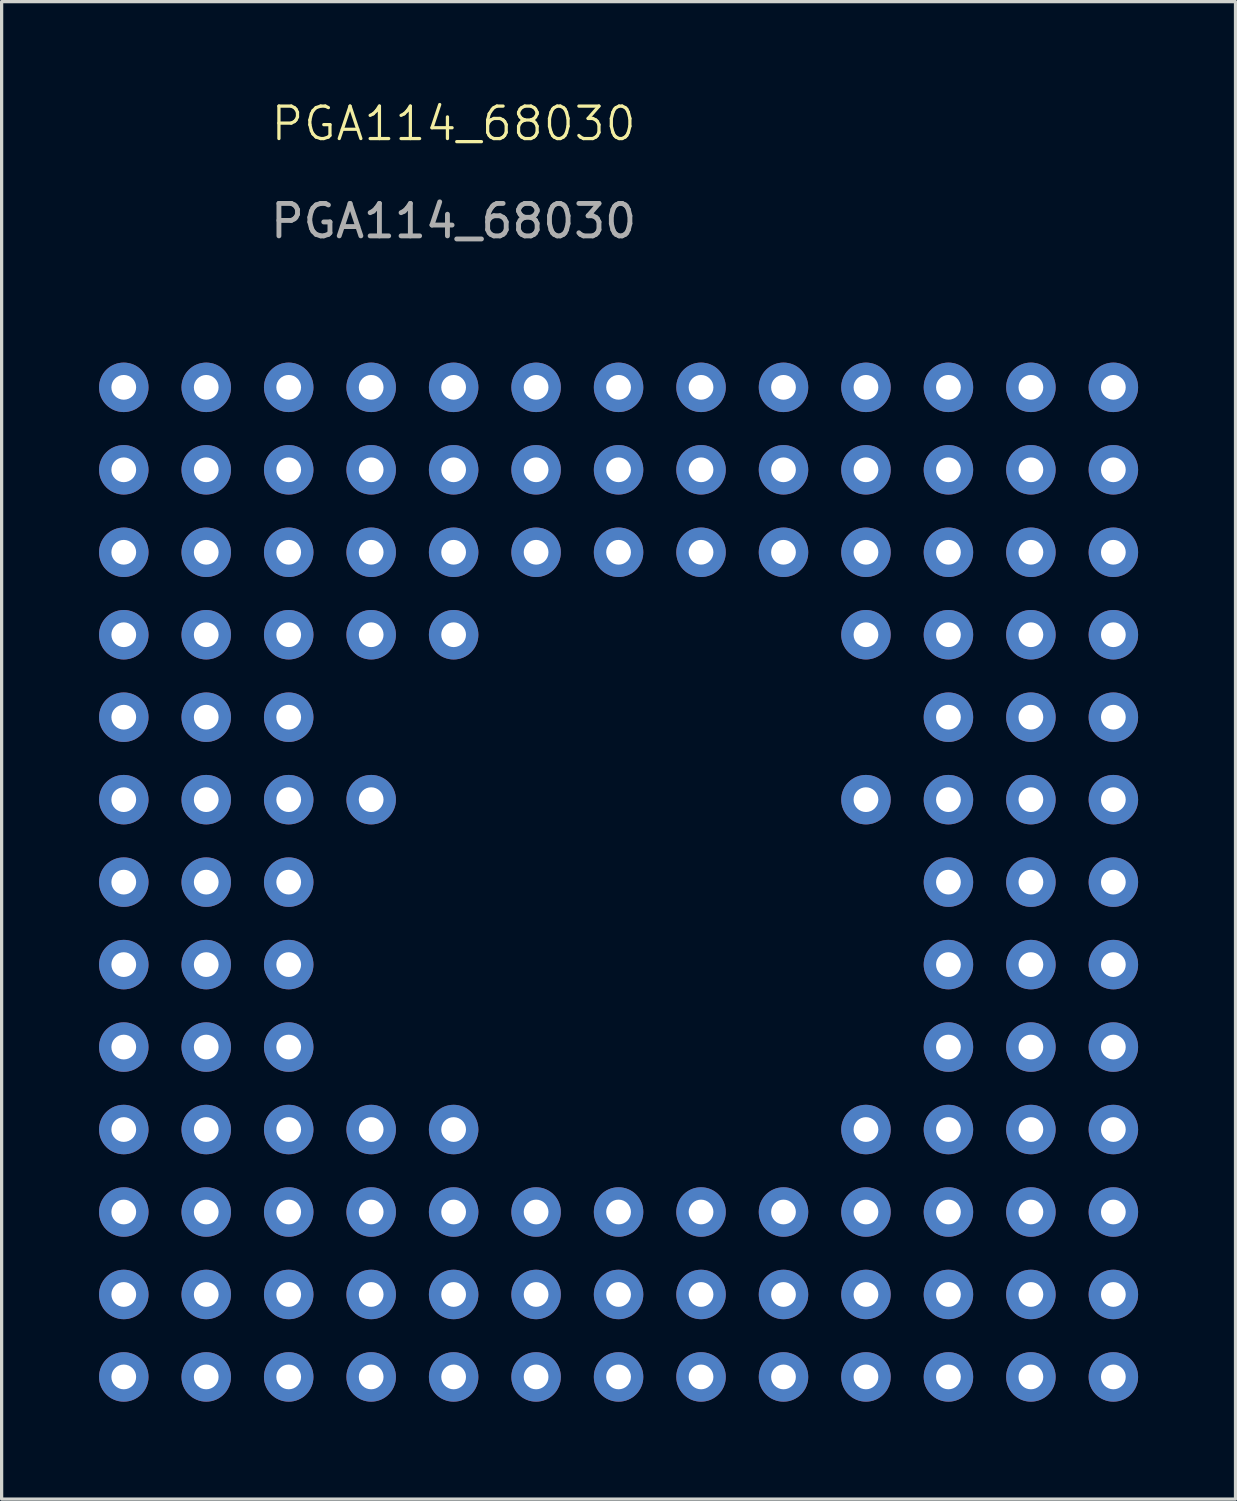
<source format=kicad_pcb>
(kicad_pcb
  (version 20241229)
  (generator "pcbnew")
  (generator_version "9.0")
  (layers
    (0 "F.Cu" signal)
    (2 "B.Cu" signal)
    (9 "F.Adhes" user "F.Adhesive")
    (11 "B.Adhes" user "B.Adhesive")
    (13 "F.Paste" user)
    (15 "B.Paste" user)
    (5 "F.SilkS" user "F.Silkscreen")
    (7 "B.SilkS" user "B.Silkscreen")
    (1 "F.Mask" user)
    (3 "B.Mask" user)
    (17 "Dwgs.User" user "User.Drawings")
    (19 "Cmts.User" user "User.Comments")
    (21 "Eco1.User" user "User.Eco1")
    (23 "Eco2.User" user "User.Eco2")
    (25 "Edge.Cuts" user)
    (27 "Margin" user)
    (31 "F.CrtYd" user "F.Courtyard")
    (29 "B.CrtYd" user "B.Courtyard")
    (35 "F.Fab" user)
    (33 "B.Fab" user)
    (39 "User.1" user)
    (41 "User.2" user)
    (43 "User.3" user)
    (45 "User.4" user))
  (footprint "PGA114_68030"
    (layer "F.Cu")
    (at 10.922 1.26)
    (property "Reference" "PGA114_68030" (at 0 -0.5 0) (unlocked yes) (layer "F.SilkS") (effects (font (size 1 1) (thickness 0.1))))
    (attr through_hole)
    (fp_text user "${REFERENCE}" (at 0 2.5 0) (unlocked yes) (layer "F.Fab") (effects (font (size 1 1) (thickness 0.15))))
    (pad "A1" thru_hole circle (at -10.16 7.62) (size 1.524 1.524) (drill 0.762) (layers "*.Cu" "*.Mask"))
    (pad "A2" thru_hole circle (at -7.62 7.62) (size 1.524 1.524) (drill 0.762) (layers "*.Cu" "*.Mask"))
    (pad "A3" thru_hole circle (at -5.08 7.62) (size 1.524 1.524) (drill 0.762) (layers "*.Cu" "*.Mask"))
    (pad "A4" thru_hole circle (at -2.54 7.62) (size 1.524 1.524) (drill 0.762) (layers "*.Cu" "*.Mask"))
    (pad "A5" thru_hole circle (at 0 7.62) (size 1.524 1.524) (drill 0.762) (layers "*.Cu" "*.Mask"))
    (pad "A6" thru_hole circle (at 2.54 7.62) (size 1.524 1.524) (drill 0.762) (layers "*.Cu" "*.Mask"))
    (pad "A7" thru_hole circle (at 5.08 7.62) (size 1.524 1.524) (drill 0.762) (layers "*.Cu" "*.Mask"))
    (pad "A8" thru_hole circle (at 7.62 7.62) (size 1.524 1.524) (drill 0.762) (layers "*.Cu" "*.Mask"))
    (pad "A9" thru_hole circle (at 10.16 7.62) (size 1.524 1.524) (drill 0.762) (layers "*.Cu" "*.Mask"))
    (pad "A10" thru_hole circle (at 12.7 7.62) (size 1.524 1.524) (drill 0.762) (layers "*.Cu" "*.Mask"))
    (pad "A11" thru_hole circle (at 15.24 7.62) (size 1.524 1.524) (drill 0.762) (layers "*.Cu" "*.Mask"))
    (pad "A12" thru_hole circle (at 17.78 7.62) (size 1.524 1.524) (drill 0.762) (layers "*.Cu" "*.Mask"))
    (pad "A13" thru_hole circle (at 20.32 7.62) (size 1.524 1.524) (drill 0.762) (layers "*.Cu" "*.Mask"))
    (pad "B1" thru_hole circle (at -10.16 10.16) (size 1.524 1.524) (drill 0.762) (layers "*.Cu" "*.Mask"))
    (pad "B2" thru_hole circle (at -7.62 10.16) (size 1.524 1.524) (drill 0.762) (layers "*.Cu" "*.Mask"))
    (pad "B3" thru_hole circle (at -5.08 10.16) (size 1.524 1.524) (drill 0.762) (layers "*.Cu" "*.Mask"))
    (pad "B4" thru_hole circle (at -2.54 10.16) (size 1.524 1.524) (drill 0.762) (layers "*.Cu" "*.Mask"))
    (pad "B5" thru_hole circle (at 0 10.16) (size 1.524 1.524) (drill 0.762) (layers "*.Cu" "*.Mask"))
    (pad "B6" thru_hole circle (at 2.54 10.16) (size 1.524 1.524) (drill 0.762) (layers "*.Cu" "*.Mask"))
    (pad "B7" thru_hole circle (at 5.08 10.16) (size 1.524 1.524) (drill 0.762) (layers "*.Cu" "*.Mask"))
    (pad "B8" thru_hole circle (at 7.62 10.16) (size 1.524 1.524) (drill 0.762) (layers "*.Cu" "*.Mask"))
    (pad "B9" thru_hole circle (at 10.16 10.16) (size 1.524 1.524) (drill 0.762) (layers "*.Cu" "*.Mask"))
    (pad "B10" thru_hole circle (at 12.7 10.16) (size 1.524 1.524) (drill 0.762) (layers "*.Cu" "*.Mask"))
    (pad "B11" thru_hole circle (at 15.24 10.16) (size 1.524 1.524) (drill 0.762) (layers "*.Cu" "*.Mask"))
    (pad "B12" thru_hole circle (at 17.78 10.16) (size 1.524 1.524) (drill 0.762) (layers "*.Cu" "*.Mask"))
    (pad "B13" thru_hole circle (at 20.32 10.16) (size 1.524 1.524) (drill 0.762) (layers "*.Cu" "*.Mask"))
    (pad "C1" thru_hole circle (at -10.16 12.7) (size 1.524 1.524) (drill 0.762) (layers "*.Cu" "*.Mask"))
    (pad "C2" thru_hole circle (at -7.62 12.7) (size 1.524 1.524) (drill 0.762) (layers "*.Cu" "*.Mask"))
    (pad "C3" thru_hole circle (at -5.08 12.7) (size 1.524 1.524) (drill 0.762) (layers "*.Cu" "*.Mask"))
    (pad "C4" thru_hole circle (at -2.54 12.7) (size 1.524 1.524) (drill 0.762) (layers "*.Cu" "*.Mask"))
    (pad "C5" thru_hole circle (at 0 12.7) (size 1.524 1.524) (drill 0.762) (layers "*.Cu" "*.Mask"))
    (pad "C6" thru_hole circle (at 2.54 12.7) (size 1.524 1.524) (drill 0.762) (layers "*.Cu" "*.Mask"))
    (pad "C7" thru_hole circle (at 5.08 12.7) (size 1.524 1.524) (drill 0.762) (layers "*.Cu" "*.Mask"))
    (pad "C8" thru_hole circle (at 7.62 12.7) (size 1.524 1.524) (drill 0.762) (layers "*.Cu" "*.Mask"))
    (pad "C9" thru_hole circle (at 10.16 12.7) (size 1.524 1.524) (drill 0.762) (layers "*.Cu" "*.Mask"))
    (pad "C10" thru_hole circle (at 12.7 12.7) (size 1.524 1.524) (drill 0.762) (layers "*.Cu" "*.Mask"))
    (pad "C11" thru_hole circle (at 15.24 12.7) (size 1.524 1.524) (drill 0.762) (layers "*.Cu" "*.Mask"))
    (pad "C12" thru_hole circle (at 17.78 12.7) (size 1.524 1.524) (drill 0.762) (layers "*.Cu" "*.Mask"))
    (pad "C13" thru_hole circle (at 20.32 12.7) (size 1.524 1.524) (drill 0.762) (layers "*.Cu" "*.Mask"))
    (pad "D1" thru_hole circle (at -10.16 15.24) (size 1.524 1.524) (drill 0.762) (layers "*.Cu" "*.Mask"))
    (pad "D2" thru_hole circle (at -7.62 15.24) (size 1.524 1.524) (drill 0.762) (layers "*.Cu" "*.Mask"))
    (pad "D3" thru_hole circle (at -5.08 15.24) (size 1.524 1.524) (drill 0.762) (layers "*.Cu" "*.Mask"))
    (pad "D4" thru_hole circle (at -2.54 15.24) (size 1.524 1.524) (drill 0.762) (layers "*.Cu" "*.Mask"))
    (pad "D5" thru_hole circle (at 0 15.24) (size 1.524 1.524) (drill 0.762) (layers "*.Cu" "*.Mask"))
    (pad "D10" thru_hole circle (at 12.7 15.24) (size 1.524 1.524) (drill 0.762) (layers "*.Cu" "*.Mask"))
    (pad "D11" thru_hole circle (at 15.24 15.24) (size 1.524 1.524) (drill 0.762) (layers "*.Cu" "*.Mask"))
    (pad "D12" thru_hole circle (at 17.78 15.24) (size 1.524 1.524) (drill 0.762) (layers "*.Cu" "*.Mask"))
    (pad "D13" thru_hole circle (at 20.32 15.24) (size 1.524 1.524) (drill 0.762) (layers "*.Cu" "*.Mask"))
    (pad "E1" thru_hole circle (at -10.16 17.78) (size 1.524 1.524) (drill 0.762) (layers "*.Cu" "*.Mask"))
    (pad "E2" thru_hole circle (at -7.62 17.78) (size 1.524 1.524) (drill 0.762) (layers "*.Cu" "*.Mask"))
    (pad "E3" thru_hole circle (at -5.08 17.78) (size 1.524 1.524) (drill 0.762) (layers "*.Cu" "*.Mask"))
    (pad "E11" thru_hole circle (at 15.24 17.78) (size 1.524 1.524) (drill 0.762) (layers "*.Cu" "*.Mask"))
    (pad "E12" thru_hole circle (at 17.78 17.78) (size 1.524 1.524) (drill 0.762) (layers "*.Cu" "*.Mask"))
    (pad "E13" thru_hole circle (at 20.32 17.78) (size 1.524 1.524) (drill 0.762) (layers "*.Cu" "*.Mask"))
    (pad "F1" thru_hole circle (at -10.16 20.32) (size 1.524 1.524) (drill 0.762) (layers "*.Cu" "*.Mask"))
    (pad "F2" thru_hole circle (at -7.62 20.32) (size 1.524 1.524) (drill 0.762) (layers "*.Cu" "*.Mask"))
    (pad "F3" thru_hole circle (at -5.08 20.32) (size 1.524 1.524) (drill 0.762) (layers "*.Cu" "*.Mask"))
    (pad "F4" thru_hole circle (at -2.54 20.32) (size 1.524 1.524) (drill 0.762) (layers "*.Cu" "*.Mask"))
    (pad "F10" thru_hole circle (at 12.7 20.32) (size 1.524 1.524) (drill 0.762) (layers "*.Cu" "*.Mask"))
    (pad "F11" thru_hole circle (at 15.24 20.32) (size 1.524 1.524) (drill 0.762) (layers "*.Cu" "*.Mask"))
    (pad "F12" thru_hole circle (at 17.78 20.32) (size 1.524 1.524) (drill 0.762) (layers "*.Cu" "*.Mask"))
    (pad "F13" thru_hole circle (at 20.32 20.32) (size 1.524 1.524) (drill 0.762) (layers "*.Cu" "*.Mask"))
    (pad "G1" thru_hole circle (at -10.16 22.86) (size 1.524 1.524) (drill 0.762) (layers "*.Cu" "*.Mask"))
    (pad "G2" thru_hole circle (at -7.62 22.86) (size 1.524 1.524) (drill 0.762) (layers "*.Cu" "*.Mask"))
    (pad "G3" thru_hole circle (at -5.08 22.86) (size 1.524 1.524) (drill 0.762) (layers "*.Cu" "*.Mask"))
    (pad "G11" thru_hole circle (at 15.24 22.86) (size 1.524 1.524) (drill 0.762) (layers "*.Cu" "*.Mask"))
    (pad "G12" thru_hole circle (at 17.78 22.86) (size 1.524 1.524) (drill 0.762) (layers "*.Cu" "*.Mask"))
    (pad "G13" thru_hole circle (at 20.32 22.86) (size 1.524 1.524) (drill 0.762) (layers "*.Cu" "*.Mask"))
    (pad "H1" thru_hole circle (at -10.16 25.4) (size 1.524 1.524) (drill 0.762) (layers "*.Cu" "*.Mask"))
    (pad "H2" thru_hole circle (at -7.62 25.4) (size 1.524 1.524) (drill 0.762) (layers "*.Cu" "*.Mask"))
    (pad "H3" thru_hole circle (at -5.08 25.4) (size 1.524 1.524) (drill 0.762) (layers "*.Cu" "*.Mask"))
    (pad "H11" thru_hole circle (at 15.24 25.4) (size 1.524 1.524) (drill 0.762) (layers "*.Cu" "*.Mask"))
    (pad "H12" thru_hole circle (at 17.78 25.4) (size 1.524 1.524) (drill 0.762) (layers "*.Cu" "*.Mask"))
    (pad "H13" thru_hole circle (at 20.32 25.4) (size 1.524 1.524) (drill 0.762) (layers "*.Cu" "*.Mask"))
    (pad "J1" thru_hole circle (at -10.16 27.94) (size 1.524 1.524) (drill 0.762) (layers "*.Cu" "*.Mask"))
    (pad "J2" thru_hole circle (at -7.62 27.94) (size 1.524 1.524) (drill 0.762) (layers "*.Cu" "*.Mask"))
    (pad "J3" thru_hole circle (at -5.08 27.94) (size 1.524 1.524) (drill 0.762) (layers "*.Cu" "*.Mask"))
    (pad "J11" thru_hole circle (at 15.24 27.94) (size 1.524 1.524) (drill 0.762) (layers "*.Cu" "*.Mask"))
    (pad "J12" thru_hole circle (at 17.78 27.94) (size 1.524 1.524) (drill 0.762) (layers "*.Cu" "*.Mask"))
    (pad "J13" thru_hole circle (at 20.32 27.94) (size 1.524 1.524) (drill 0.762) (layers "*.Cu" "*.Mask"))
    (pad "K1" thru_hole circle (at -10.16 30.48) (size 1.524 1.524) (drill 0.762) (layers "*.Cu" "*.Mask"))
    (pad "K2" thru_hole circle (at -7.62 30.48) (size 1.524 1.524) (drill 0.762) (layers "*.Cu" "*.Mask"))
    (pad "K3" thru_hole circle (at -5.08 30.48) (size 1.524 1.524) (drill 0.762) (layers "*.Cu" "*.Mask"))
    (pad "K4" thru_hole circle (at -2.54 30.48) (size 1.524 1.524) (drill 0.762) (layers "*.Cu" "*.Mask"))
    (pad "K5" thru_hole circle (at 0 30.48) (size 1.524 1.524) (drill 0.762) (layers "*.Cu" "*.Mask"))
    (pad "K10" thru_hole circle (at 12.7 30.48) (size 1.524 1.524) (drill 0.762) (layers "*.Cu" "*.Mask"))
    (pad "K11" thru_hole circle (at 15.24 30.48) (size 1.524 1.524) (drill 0.762) (layers "*.Cu" "*.Mask"))
    (pad "K12" thru_hole circle (at 17.78 30.48) (size 1.524 1.524) (drill 0.762) (layers "*.Cu" "*.Mask"))
    (pad "K13" thru_hole circle (at 20.32 30.48) (size 1.524 1.524) (drill 0.762) (layers "*.Cu" "*.Mask"))
    (pad "L1" thru_hole circle (at -10.16 33.02) (size 1.524 1.524) (drill 0.762) (layers "*.Cu" "*.Mask"))
    (pad "L2" thru_hole circle (at -7.62 33.02) (size 1.524 1.524) (drill 0.762) (layers "*.Cu" "*.Mask"))
    (pad "L3" thru_hole circle (at -5.08 33.02) (size 1.524 1.524) (drill 0.762) (layers "*.Cu" "*.Mask"))
    (pad "L4" thru_hole circle (at -2.54 33.02) (size 1.524 1.524) (drill 0.762) (layers "*.Cu" "*.Mask"))
    (pad "L5" thru_hole circle (at 0 33.02) (size 1.524 1.524) (drill 0.762) (layers "*.Cu" "*.Mask"))
    (pad "L6" thru_hole circle (at 2.54 33.02) (size 1.524 1.524) (drill 0.762) (layers "*.Cu" "*.Mask"))
    (pad "L7" thru_hole circle (at 5.08 33.02) (size 1.524 1.524) (drill 0.762) (layers "*.Cu" "*.Mask"))
    (pad "L8" thru_hole circle (at 7.62 33.02) (size 1.524 1.524) (drill 0.762) (layers "*.Cu" "*.Mask"))
    (pad "L9" thru_hole circle (at 10.16 33.02) (size 1.524 1.524) (drill 0.762) (layers "*.Cu" "*.Mask"))
    (pad "L10" thru_hole circle (at 12.7 33.02) (size 1.524 1.524) (drill 0.762) (layers "*.Cu" "*.Mask"))
    (pad "L11" thru_hole circle (at 15.24 33.02) (size 1.524 1.524) (drill 0.762) (layers "*.Cu" "*.Mask"))
    (pad "L12" thru_hole circle (at 17.78 33.02) (size 1.524 1.524) (drill 0.762) (layers "*.Cu" "*.Mask"))
    (pad "L13" thru_hole circle (at 20.32 33.02) (size 1.524 1.524) (drill 0.762) (layers "*.Cu" "*.Mask"))
    (pad "M1" thru_hole circle (at -10.16 35.56) (size 1.524 1.524) (drill 0.762) (layers "*.Cu" "*.Mask"))
    (pad "M2" thru_hole circle (at -7.62 35.56) (size 1.524 1.524) (drill 0.762) (layers "*.Cu" "*.Mask"))
    (pad "M3" thru_hole circle (at -5.08 35.56) (size 1.524 1.524) (drill 0.762) (layers "*.Cu" "*.Mask"))
    (pad "M4" thru_hole circle (at -2.54 35.56) (size 1.524 1.524) (drill 0.762) (layers "*.Cu" "*.Mask"))
    (pad "M5" thru_hole circle (at 0 35.56) (size 1.524 1.524) (drill 0.762) (layers "*.Cu" "*.Mask"))
    (pad "M6" thru_hole circle (at 2.54 35.56) (size 1.524 1.524) (drill 0.762) (layers "*.Cu" "*.Mask"))
    (pad "M7" thru_hole circle (at 5.08 35.56) (size 1.524 1.524) (drill 0.762) (layers "*.Cu" "*.Mask"))
    (pad "M8" thru_hole circle (at 7.62 35.56) (size 1.524 1.524) (drill 0.762) (layers "*.Cu" "*.Mask"))
    (pad "M9" thru_hole circle (at 10.16 35.56) (size 1.524 1.524) (drill 0.762) (layers "*.Cu" "*.Mask"))
    (pad "M10" thru_hole circle (at 12.7 35.56) (size 1.524 1.524) (drill 0.762) (layers "*.Cu" "*.Mask"))
    (pad "M11" thru_hole circle (at 15.24 35.56) (size 1.524 1.524) (drill 0.762) (layers "*.Cu" "*.Mask"))
    (pad "M12" thru_hole circle (at 17.78 35.56) (size 1.524 1.524) (drill 0.762) (layers "*.Cu" "*.Mask"))
    (pad "M13" thru_hole circle (at 20.32 35.56) (size 1.524 1.524) (drill 0.762) (layers "*.Cu" "*.Mask"))
    (pad "N1" thru_hole circle (at -10.16 38.1) (size 1.524 1.524) (drill 0.762) (layers "*.Cu" "*.Mask"))
    (pad "N2" thru_hole circle (at -7.62 38.1) (size 1.524 1.524) (drill 0.762) (layers "*.Cu" "*.Mask"))
    (pad "N3" thru_hole circle (at -5.08 38.1) (size 1.524 1.524) (drill 0.762) (layers "*.Cu" "*.Mask"))
    (pad "N4" thru_hole circle (at -2.54 38.1) (size 1.524 1.524) (drill 0.762) (layers "*.Cu" "*.Mask"))
    (pad "N5" thru_hole circle (at 0 38.1) (size 1.524 1.524) (drill 0.762) (layers "*.Cu" "*.Mask"))
    (pad "N6" thru_hole circle (at 2.54 38.1) (size 1.524 1.524) (drill 0.762) (layers "*.Cu" "*.Mask"))
    (pad "N7" thru_hole circle (at 5.08 38.1) (size 1.524 1.524) (drill 0.762) (layers "*.Cu" "*.Mask"))
    (pad "N8" thru_hole circle (at 7.62 38.1) (size 1.524 1.524) (drill 0.762) (layers "*.Cu" "*.Mask"))
    (pad "N9" thru_hole circle (at 10.16 38.1) (size 1.524 1.524) (drill 0.762) (layers "*.Cu" "*.Mask"))
    (pad "N10" thru_hole circle (at 12.7 38.1) (size 1.524 1.524) (drill 0.762) (layers "*.Cu" "*.Mask"))
    (pad "N11" thru_hole circle (at 15.24 38.1) (size 1.524 1.524) (drill 0.762) (layers "*.Cu" "*.Mask"))
    (pad "N12" thru_hole circle (at 17.78 38.1) (size 1.524 1.524) (drill 0.762) (layers "*.Cu" "*.Mask"))
    (pad "N13" thru_hole circle (at 20.32 38.1) (size 1.524 1.524) (drill 0.762) (layers "*.Cu" "*.Mask")))
  (gr_rect
    (start -3 -3)
    (end 35.004 43.123)
    (stroke (width 0.1) (type default))
    (fill no)
    (layer "Edge.Cuts")))
</source>
